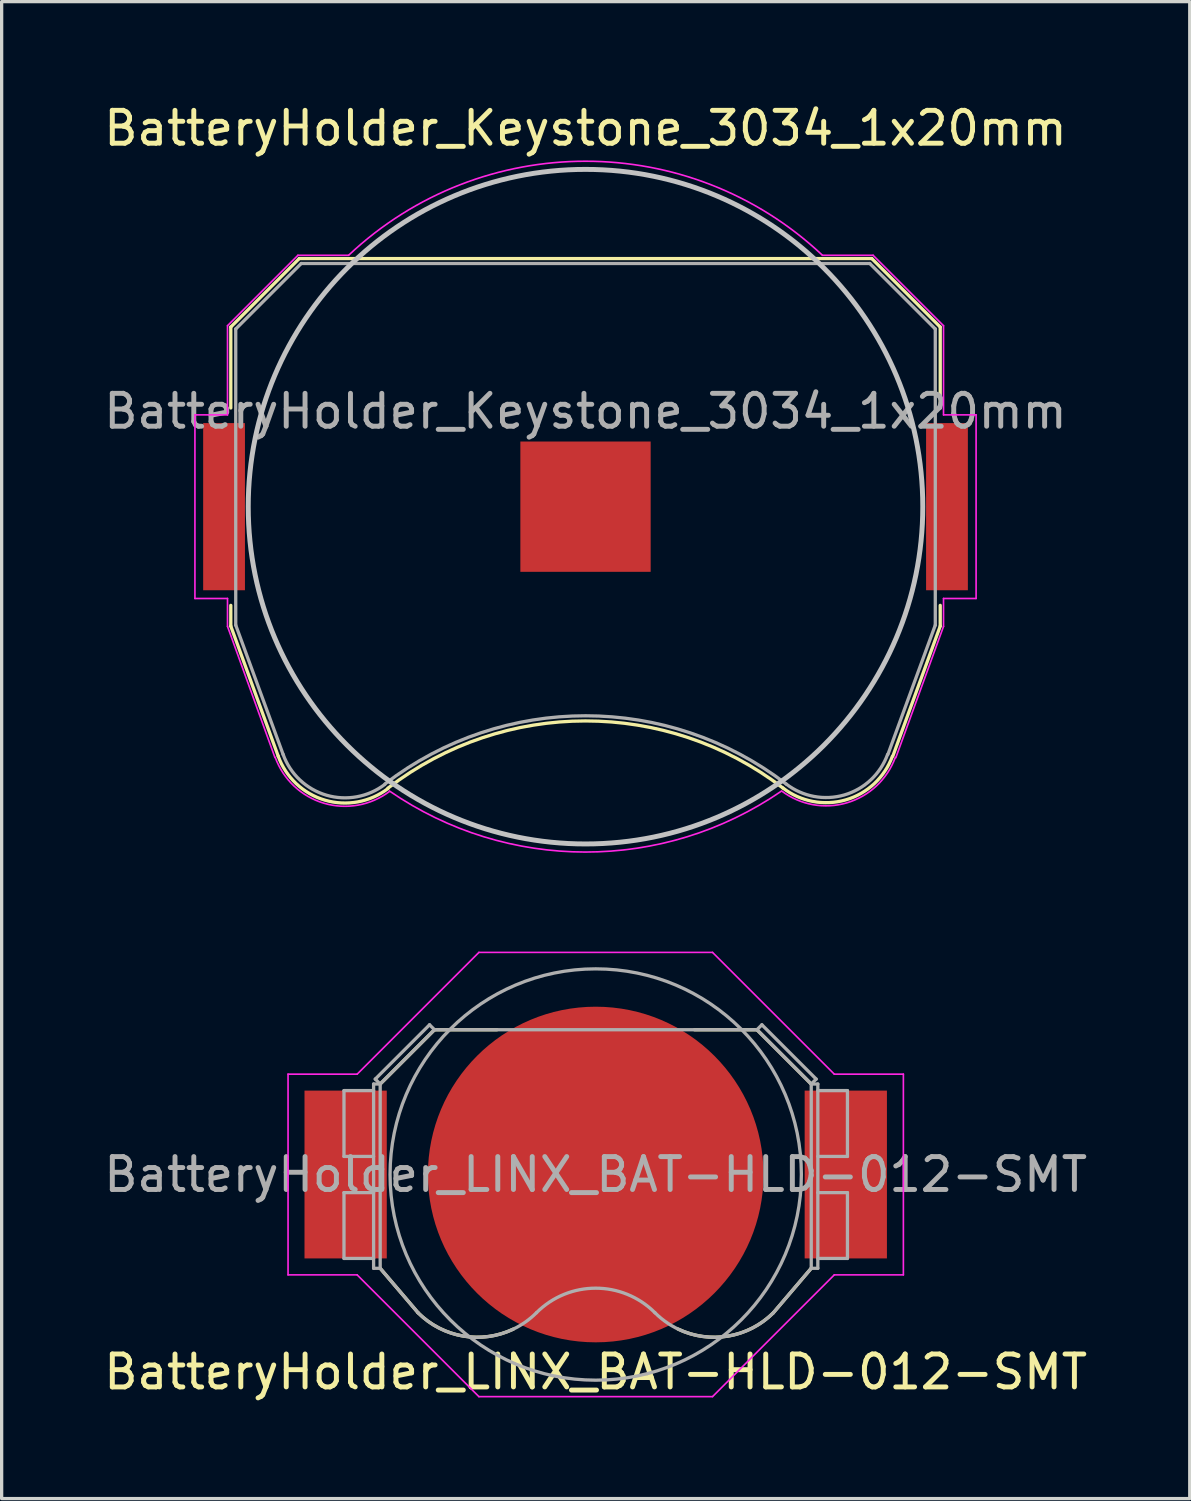
<source format=kicad_pcb>
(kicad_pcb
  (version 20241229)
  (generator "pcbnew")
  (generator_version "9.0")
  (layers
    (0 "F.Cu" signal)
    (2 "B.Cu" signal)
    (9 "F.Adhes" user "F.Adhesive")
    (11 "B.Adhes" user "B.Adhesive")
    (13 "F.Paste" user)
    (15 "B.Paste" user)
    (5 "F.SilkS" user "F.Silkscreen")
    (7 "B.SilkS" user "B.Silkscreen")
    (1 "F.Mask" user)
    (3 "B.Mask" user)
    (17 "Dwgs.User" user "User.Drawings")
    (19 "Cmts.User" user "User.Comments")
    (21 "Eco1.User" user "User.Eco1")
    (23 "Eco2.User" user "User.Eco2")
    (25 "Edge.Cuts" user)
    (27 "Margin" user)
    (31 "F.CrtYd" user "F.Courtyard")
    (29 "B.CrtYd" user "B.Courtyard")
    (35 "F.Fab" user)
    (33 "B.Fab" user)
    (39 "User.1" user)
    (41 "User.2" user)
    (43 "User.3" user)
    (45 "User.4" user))
  (footprint "BatteryHolder_Keystone_3034_1x20mm"
    (layer "F.Cu")
    (at 14.744 12.348)
    (property "Reference" "BatteryHolder_Keystone_3034_1x20mm" (at 0 -11.5 0) (layer "F.SilkS") (effects (font (size 1 1) (thickness 0.15))))
    (attr smd)
    (fp_line (start -10.78 -5.46) (end -10.78 -3) (stroke (width 0.1) (type solid)) (layer "F.SilkS"))
    (fp_line (start -10.78 3) (end -10.78 3.63) (stroke (width 0.1) (type solid)) (layer "F.SilkS"))
    (fp_line (start -10.78 3.63) (end -9.34 7.58) (stroke (width 0.1) (type solid)) (layer "F.SilkS"))
    (fp_line (start -8.7 -7.54) (end -10.78 -5.46) (stroke (width 0.1) (type solid)) (layer "F.SilkS"))
    (fp_line (start 8.7 -7.54) (end -8.7 -7.54) (stroke (width 0.1) (type solid)) (layer "F.SilkS"))
    (fp_line (start 8.7 -7.54) (end 10.78 -5.46) (stroke (width 0.1) (type solid)) (layer "F.SilkS"))
    (fp_line (start 10.78 -5.46) (end 10.78 -3) (stroke (width 0.1) (type solid)) (layer "F.SilkS"))
    (fp_line (start 10.78 3) (end 10.78 3.63) (stroke (width 0.1) (type solid)) (layer "F.SilkS"))
    (fp_line (start 10.78 3.63) (end 9.34 7.58) (stroke (width 0.1) (type solid)) (layer "F.SilkS"))
    (fp_arc (start -6.0046 8.553536) (mid -0.002901 6.511341) (end 6 8.55) (stroke (width 0.1) (type solid)) (layer "F.SilkS"))
    (fp_arc (start -6.003354 8.56653) (mid -7.921654 8.918738) (end -9.34 7.58) (stroke (width 0.1) (type solid)) (layer "F.SilkS"))
    (fp_arc (start 9.325243 7.588169) (mid 7.90634 8.911668) (end 6 8.55) (stroke (width 0.1) (type solid)) (layer "F.SilkS"))
    (fp_circle (center 0 0) (end 0 10.25) (stroke (width 0.15) (type solid)) (fill no) (layer "Dwgs.User"))
    (fp_line (start -11.87 -2.79) (end -11.87 2.79) (stroke (width 0.05) (type solid)) (layer "F.CrtYd"))
    (fp_line (start -11.87 2.79) (end -10.88 2.79) (stroke (width 0.05) (type solid)) (layer "F.CrtYd"))
    (fp_line (start -10.88 -5.5) (end -10.88 -2.79) (stroke (width 0.05) (type solid)) (layer "F.CrtYd"))
    (fp_line (start -10.88 -2.79) (end -11.87 -2.79) (stroke (width 0.05) (type solid)) (layer "F.CrtYd"))
    (fp_line (start -10.88 2.79) (end -10.88 3.64) (stroke (width 0.05) (type solid)) (layer "F.CrtYd"))
    (fp_line (start -10.88 3.64) (end -9.44 7.62) (stroke (width 0.05) (type solid)) (layer "F.CrtYd"))
    (fp_line (start -8.74 -7.64) (end -10.88 -5.5) (stroke (width 0.05) (type solid)) (layer "F.CrtYd"))
    (fp_line (start -7.2 -7.64) (end -8.74 -7.64) (stroke (width 0.05) (type solid)) (layer "F.CrtYd"))
    (fp_line (start 8.74 -7.64) (end 7.2 -7.64) (stroke (width 0.05) (type solid)) (layer "F.CrtYd"))
    (fp_line (start 9.43 7.63) (end 10.88 3.64) (stroke (width 0.05) (type solid)) (layer "F.CrtYd"))
    (fp_line (start 10.88 -5.5) (end 8.74 -7.64) (stroke (width 0.05) (type solid)) (layer "F.CrtYd"))
    (fp_line (start 10.88 -2.79) (end 10.88 -5.5) (stroke (width 0.05) (type solid)) (layer "F.CrtYd"))
    (fp_line (start 10.88 2.79) (end 11.87 2.79) (stroke (width 0.05) (type solid)) (layer "F.CrtYd"))
    (fp_line (start 10.88 3.64) (end 10.88 2.79) (stroke (width 0.05) (type solid)) (layer "F.CrtYd"))
    (fp_line (start 11.87 -2.79) (end 10.88 -2.79) (stroke (width 0.05) (type solid)) (layer "F.CrtYd"))
    (fp_line (start 11.87 2.79) (end 11.87 -2.79) (stroke (width 0.05) (type solid)) (layer "F.CrtYd"))
    (fp_arc (start -7.199546 -7.640427) (mid 0.000312 -10.498075) (end 7.2 -7.64) (stroke (width 0.05) (type solid)) (layer "F.CrtYd"))
    (fp_arc (start -5.956965 8.654604) (mid -7.953941 9.011629) (end -9.43 7.62) (stroke (width 0.05) (type solid)) (layer "F.CrtYd"))
    (fp_arc (start 5.945368 8.650075) (mid -0.008883 10.496243) (end -5.96 8.64) (stroke (width 0.05) (type solid)) (layer "F.CrtYd"))
    (fp_arc (start 9.415144 7.621341) (mid 7.944017 9.000493) (end 5.96 8.64) (stroke (width 0.05) (type solid)) (layer "F.CrtYd"))
    (fp_line (start -10.63 -5.4) (end -8.64 -7.39) (stroke (width 0.1) (type solid)) (layer "F.Fab"))
    (fp_line (start -10.63 3.6) (end -10.63 -5.4) (stroke (width 0.1) (type solid)) (layer "F.Fab"))
    (fp_line (start -9.19 7.53) (end -10.63 3.6) (stroke (width 0.1) (type solid)) (layer "F.Fab"))
    (fp_line (start -8.64 -7.39) (end 8.64 -7.39) (stroke (width 0.1) (type solid)) (layer "F.Fab"))
    (fp_line (start 8.64 -7.39) (end 10.63 -5.4) (stroke (width 0.1) (type solid)) (layer "F.Fab"))
    (fp_line (start 10.63 -5.4) (end 10.63 3.6) (stroke (width 0.1) (type solid)) (layer "F.Fab"))
    (fp_line (start 10.63 3.6) (end 9.19 7.53) (stroke (width 0.1) (type solid)) (layer "F.Fab"))
    (fp_arc (start -6.096146 8.438508) (mid -7.87328 8.768206) (end -9.19 7.53) (stroke (width 0.1) (type solid)) (layer "F.Fab"))
    (fp_arc (start -6.094852 8.426043) (mid 0.003247 6.355257) (end 6.1 8.43) (stroke (width 0.1) (type solid)) (layer "F.Fab"))
    (fp_arc (start 9.180727 7.528882) (mid 7.868698 8.760067) (end 6.1 8.43) (stroke (width 0.1) (type solid)) (layer "F.Fab"))
    (fp_text user "${REFERENCE}" (at 0 -2.9 0) (layer "F.Fab") (effects (font (size 1 1) (thickness 0.15))))
    (pad "1" smd rect (at -10.985 0) (size 1.27 5.08) (layers "F.Cu" "F.Mask" "F.Paste"))
    (pad "1" smd rect (at 10.985 0) (size 1.27 5.08) (layers "F.Cu" "F.Mask" "F.Paste"))
    (pad "2" smd rect (at 0 0) (size 3.96 3.96) (layers "F.Cu" "F.Mask" "F.Paste")))
  (footprint "BatteryHolder_LINX_BAT-HLD-012-SMT"
    (layer "F.Cu")
    (at 15.054 32.644)
    (property "Reference" "BatteryHolder_LINX_BAT-HLD-012-SMT" (at 0 6 0) (layer "F.SilkS") (effects (font (size 1 1) (thickness 0.15))))
    (attr smd)
    (fp_line (start -6.55 -2.75) (end -4.9 -4.4) (stroke (width 0.1) (type solid)) (layer "F.SilkS"))
    (fp_line (start -6.55 2.85) (end -5.4 4.2) (stroke (width 0.1) (type solid)) (layer "F.SilkS"))
    (fp_line (start -4.9 -4.4) (end -3 -4.4) (stroke (width 0.1) (type solid)) (layer "F.SilkS"))
    (fp_line (start 4.9 -4.4) (end 3 -4.4) (stroke (width 0.1) (type solid)) (layer "F.SilkS"))
    (fp_line (start 4.9 -4.4) (end 6.55 -2.75) (stroke (width 0.1) (type solid)) (layer "F.SilkS"))
    (fp_line (start 6.55 2.85) (end 5.4 4.2) (stroke (width 0.1) (type solid)) (layer "F.SilkS"))
    (fp_arc (start -2.504098 4.697607) (mid -4.031094 4.908816) (end -5.4 4.2) (stroke (width 0.1) (type solid)) (layer "F.SilkS"))
    (fp_arc (start 5.4 4.2) (mid 4.029781 4.909041) (end 2.501694 4.696459) (stroke (width 0.1) (type solid)) (layer "F.SilkS"))
    (fp_line (start -9.35 -3.05) (end -7.25 -3.05) (stroke (width 0.05) (type solid)) (layer "F.CrtYd"))
    (fp_line (start -9.35 3.05) (end -9.35 -3.05) (stroke (width 0.05) (type solid)) (layer "F.CrtYd"))
    (fp_line (start -9.35 3.05) (end -7.25 3.05) (stroke (width 0.05) (type solid)) (layer "F.CrtYd"))
    (fp_line (start -7.25 -3.05) (end -3.55 -6.75) (stroke (width 0.05) (type solid)) (layer "F.CrtYd"))
    (fp_line (start -3.55 -6.75) (end 3.55 -6.75) (stroke (width 0.05) (type solid)) (layer "F.CrtYd"))
    (fp_line (start -3.55 6.75) (end -7.25 3.05) (stroke (width 0.05) (type solid)) (layer "F.CrtYd"))
    (fp_line (start -3.55 6.75) (end 3.55 6.75) (stroke (width 0.05) (type solid)) (layer "F.CrtYd"))
    (fp_line (start 3.55 -6.75) (end 7.25 -3.05) (stroke (width 0.05) (type solid)) (layer "F.CrtYd"))
    (fp_line (start 3.55 6.75) (end 7.25 3.05) (stroke (width 0.05) (type solid)) (layer "F.CrtYd"))
    (fp_line (start 7.25 -3.05) (end 9.35 -3.05) (stroke (width 0.05) (type solid)) (layer "F.CrtYd"))
    (fp_line (start 9.35 -3.05) (end 9.35 3.05) (stroke (width 0.05) (type solid)) (layer "F.CrtYd"))
    (fp_line (start 9.35 3.05) (end 7.25 3.05) (stroke (width 0.05) (type solid)) (layer "F.CrtYd"))
    (fp_line (start -7.65 -2.55) (end -7.65 -0.55) (stroke (width 0.1) (type solid)) (layer "F.Fab"))
    (fp_line (start -7.65 -2.55) (end -6.75 -2.55) (stroke (width 0.1) (type solid)) (layer "F.Fab"))
    (fp_line (start -7.65 -0.55) (end -6.75 -0.55) (stroke (width 0.1) (type solid)) (layer "F.Fab"))
    (fp_line (start -7.65 0.55) (end -7.65 2.55) (stroke (width 0.1) (type solid)) (layer "F.Fab"))
    (fp_line (start -7.65 2.55) (end -6.75 2.55) (stroke (width 0.1) (type solid)) (layer "F.Fab"))
    (fp_line (start -6.75 -2.75) (end -6.55 -2.75) (stroke (width 0.1) (type solid)) (layer "F.Fab"))
    (fp_line (start -6.75 0.55) (end -7.65 0.55) (stroke (width 0.1) (type solid)) (layer "F.Fab"))
    (fp_line (start -6.75 2.85) (end -6.75 -2.75) (stroke (width 0.1) (type solid)) (layer "F.Fab"))
    (fp_line (start -6.75 2.85) (end -6.55 2.85) (stroke (width 0.1) (type solid)) (layer "F.Fab"))
    (fp_line (start -6.7 -2.9) (end -5.05 -4.55) (stroke (width 0.1) (type solid)) (layer "F.Fab"))
    (fp_line (start -6.55 -2.75) (end -6.7 -2.9) (stroke (width 0.1) (type solid)) (layer "F.Fab"))
    (fp_line (start -6.55 -2.75) (end -4.9 -4.4) (stroke (width 0.1) (type solid)) (layer "F.Fab"))
    (fp_line (start -6.55 2.85) (end -6.55 -2.75) (stroke (width 0.1) (type solid)) (layer "F.Fab"))
    (fp_line (start -6.55 2.85) (end -5.4 4.2) (stroke (width 0.1) (type solid)) (layer "F.Fab"))
    (fp_line (start -5.05 -4.55) (end -4.9 -4.4) (stroke (width 0.1) (type solid)) (layer "F.Fab"))
    (fp_line (start 4.9 -4.4) (end -4.9 -4.4) (stroke (width 0.1) (type solid)) (layer "F.Fab"))
    (fp_line (start 5.05 -4.55) (end 4.9 -4.4) (stroke (width 0.1) (type solid)) (layer "F.Fab"))
    (fp_line (start 6.55 -2.75) (end 4.9 -4.4) (stroke (width 0.1) (type solid)) (layer "F.Fab"))
    (fp_line (start 6.55 -2.75) (end 6.7 -2.9) (stroke (width 0.1) (type solid)) (layer "F.Fab"))
    (fp_line (start 6.55 -2.75) (end 6.75 -2.75) (stroke (width 0.1) (type solid)) (layer "F.Fab"))
    (fp_line (start 6.55 2.85) (end 5.4 4.2) (stroke (width 0.1) (type solid)) (layer "F.Fab"))
    (fp_line (start 6.55 2.85) (end 6.55 -2.75) (stroke (width 0.1) (type solid)) (layer "F.Fab"))
    (fp_line (start 6.7 -2.9) (end 5.05 -4.55) (stroke (width 0.1) (type solid)) (layer "F.Fab"))
    (fp_line (start 6.75 -0.55) (end 7.65 -0.55) (stroke (width 0.1) (type solid)) (layer "F.Fab"))
    (fp_line (start 6.75 2.55) (end 7.65 2.55) (stroke (width 0.1) (type solid)) (layer "F.Fab"))
    (fp_line (start 6.75 2.85) (end 6.55 2.85) (stroke (width 0.1) (type solid)) (layer "F.Fab"))
    (fp_line (start 6.75 2.85) (end 6.75 -2.75) (stroke (width 0.1) (type solid)) (layer "F.Fab"))
    (fp_line (start 7.65 -2.55) (end 6.75 -2.55) (stroke (width 0.1) (type solid)) (layer "F.Fab"))
    (fp_line (start 7.65 -0.55) (end 7.65 -2.55) (stroke (width 0.1) (type solid)) (layer "F.Fab"))
    (fp_line (start 7.65 0.55) (end 6.75 0.55) (stroke (width 0.1) (type solid)) (layer "F.Fab"))
    (fp_line (start 7.65 2.55) (end 7.65 0.55) (stroke (width 0.1) (type solid)) (layer "F.Fab"))
    (fp_arc (start -1.8 4.2) (mid -3.6 4.945584) (end -5.4 4.2) (stroke (width 0.1) (type solid)) (layer "F.Fab"))
    (fp_arc (start -1.8 4.2) (mid 0 3.454416) (end 1.8 4.2) (stroke (width 0.1) (type solid)) (layer "F.Fab"))
    (fp_arc (start 5.4 4.2) (mid 3.6 4.945584) (end 1.8 4.2) (stroke (width 0.1) (type solid)) (layer "F.Fab"))
    (fp_circle (center 0 0) (end -6.25 0) (stroke (width 0.1) (type solid)) (fill no) (layer "F.Fab"))
    (fp_text user "${REFERENCE}" (at 0 0 0) (layer "F.Fab") (effects (font (size 1 1) (thickness 0.15))))
    (pad "1" smd rect (at -7.6 0) (size 2.5 5.1) (layers "F.Cu" "F.Mask" "F.Paste"))
    (pad "1" smd rect (at 7.6 0) (size 2.5 5.1) (layers "F.Cu" "F.Mask" "F.Paste"))
    (pad "2" smd circle (at 0 0) (size 10.2 10.2) (layers "F.Cu" "F.Mask" "F.Paste")))
  (gr_rect
    (start -3 -3)
    (end 33.107 42.493)
    (stroke (width 0.1) (type default))
    (fill no)
    (layer "Edge.Cuts")))
</source>
